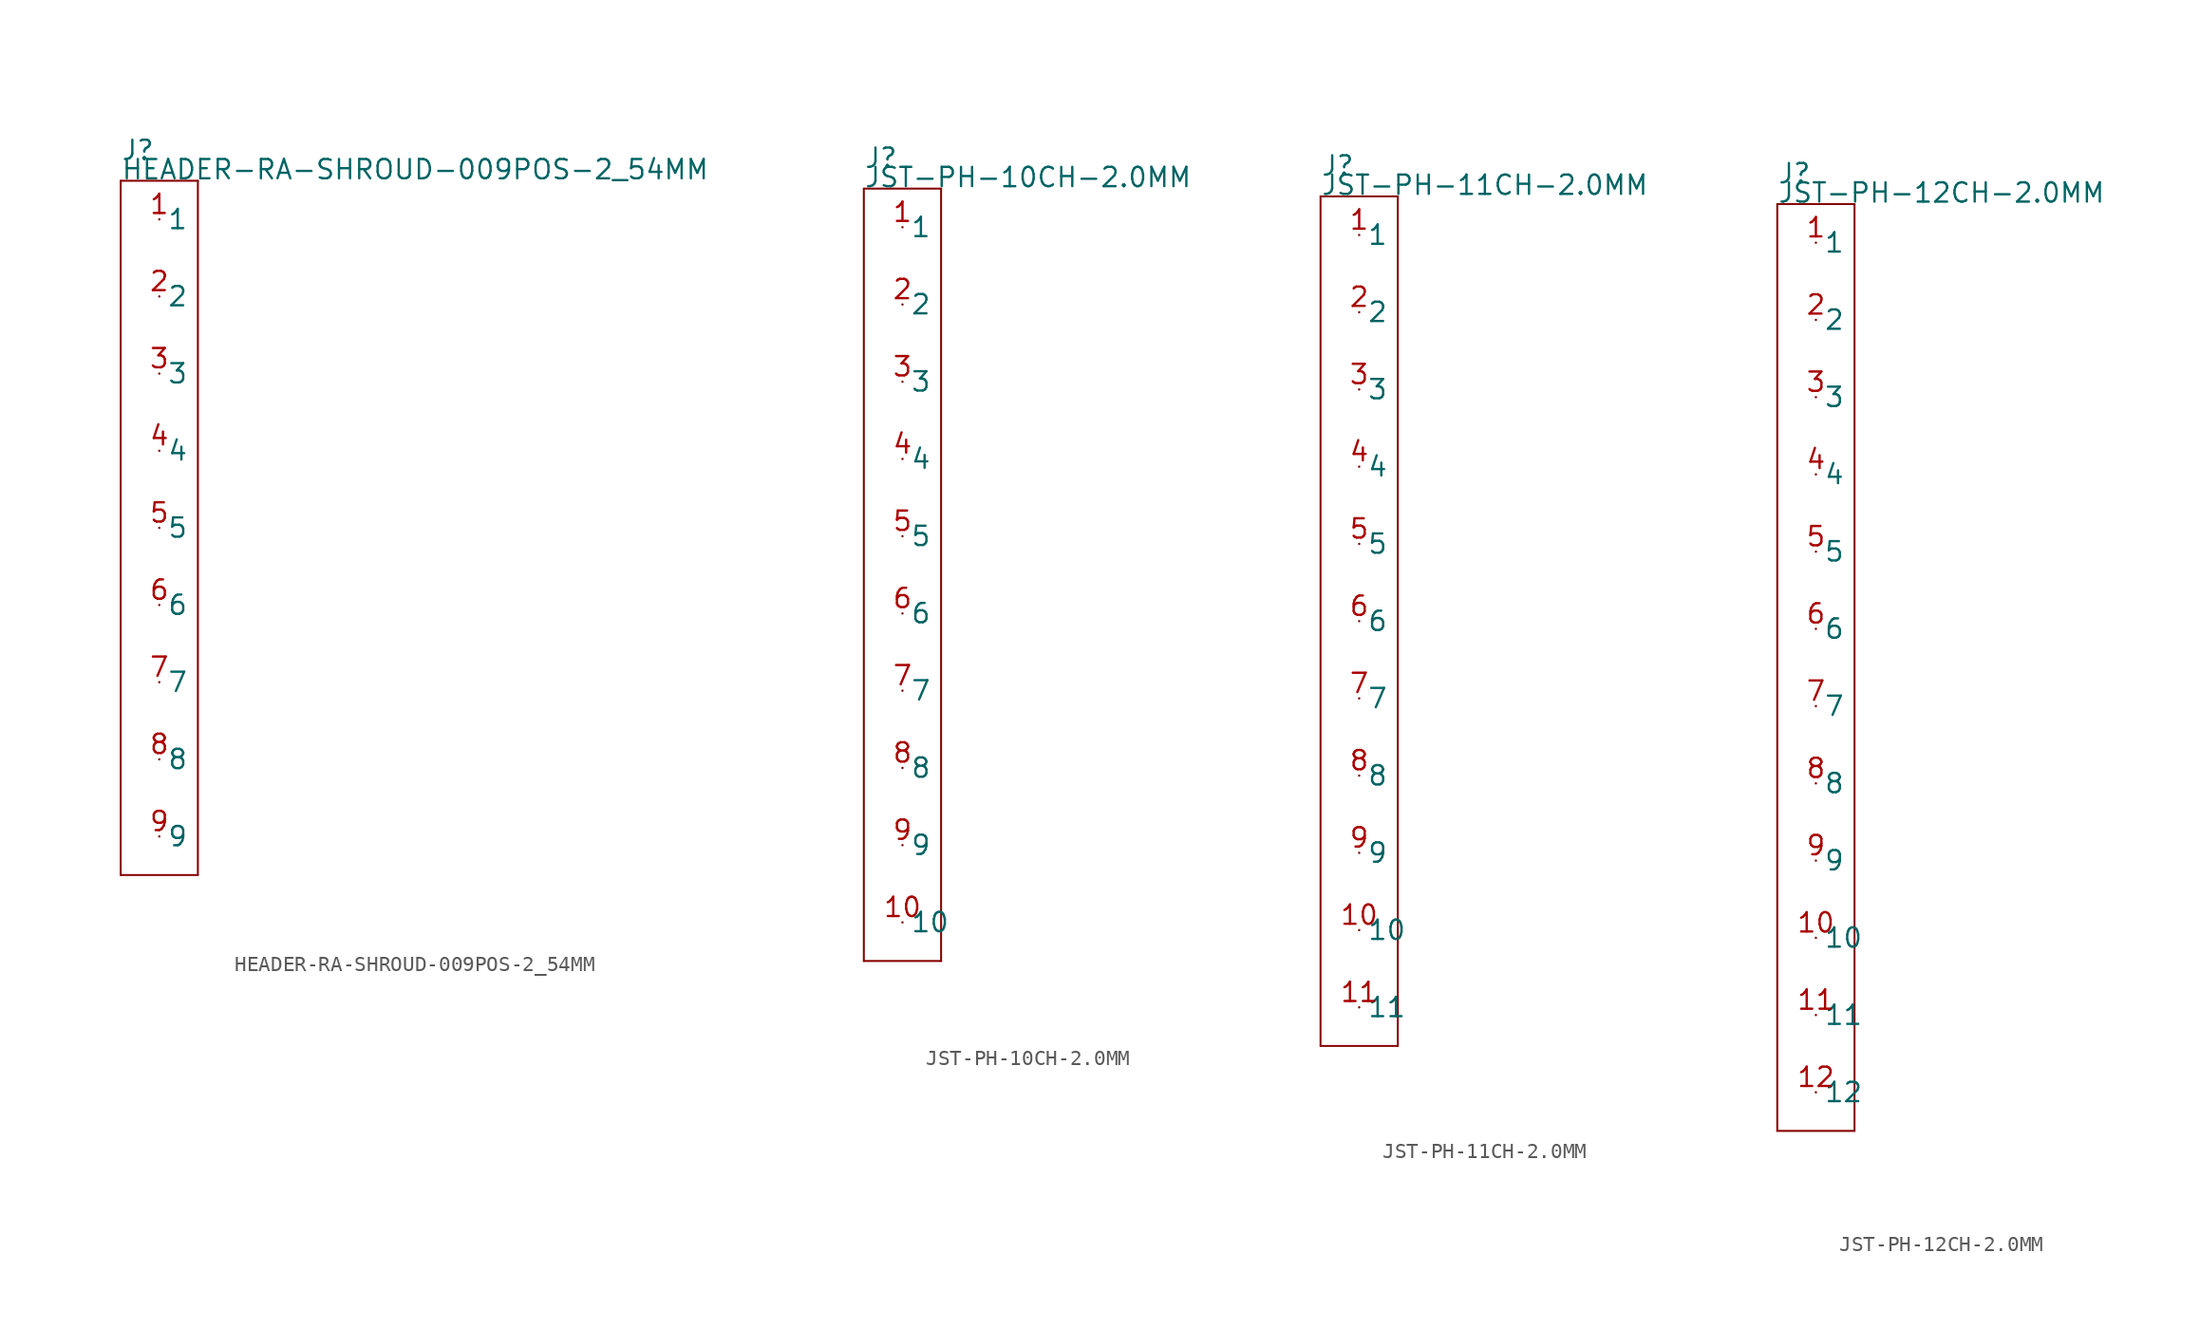
<source format=kicad_sym>
(kicad_symbol_lib
  (version 20211014)
  (generator kicad_symbol_editor)
  (symbol "HEADER-RA-SHROUD-009POS-2_54MM"
    (pin_names)
    (property "Reference" "J"
      (at -2.54 24.13 0)
      (effects (font (size 1.27 1.27)) (justify left bottom)))
    (property "Value" "HEADER-RA-SHROUD-009POS-2_54MM"
      (at -2.54 22.86 0)
      (effects (font (size 1.27 1.27)) (justify left bottom)))
    (property "Datasheet" ""
      (at 0 0 0))
    (property "ki_description" "Header RA Shroud 9POS  - Header Right Angle with Shroud 9POS 2.54MM Technical Specifications: Pitch: 0.1\" (2.54mm) "
      (at 0 0 0))
    (property "ki_fp_filters" "FlashPCB_Connectors:HEADER-RA-SHROUD-009POS-THT-2_54MM FlashPCB_Connectors:HEADER-RA-SHROUD-009POS-THT-LONG-2_54MM"
      (at 0 0 0))
    (symbol "HEADER-RA-SHROUD-009POS-2_54MM_1_1"
      (polyline (pts (xy -2.54 22.86) (xy 2.54 22.86)) (stroke (width 0.127)) (fill (type none)))
      (polyline (pts (xy 2.54 22.86) (xy 2.54 -22.86)) (stroke (width 0.127)) (fill (type none)))
      (polyline (pts (xy 2.54 -22.86) (xy -2.54 -22.86)) (stroke (width 0.127)) (fill (type none)))
      (polyline (pts (xy -2.54 -22.86) (xy -2.54 22.86)) (stroke (width 0.127)) (fill (type none)))
      (pin bidirectional line (at 0 20.32 0) (length 0) (name "1" (effects (font (size 1.27 1.27)))) (number "1" (effects (font (size 1.27 1.27)))))
      (pin bidirectional line (at 0 15.24 0) (length 0) (name "2" (effects (font (size 1.27 1.27)))) (number "2" (effects (font (size 1.27 1.27)))))
      (pin bidirectional line (at 0 10.16 0) (length 0) (name "3" (effects (font (size 1.27 1.27)))) (number "3" (effects (font (size 1.27 1.27)))))
      (pin bidirectional line (at 0 5.08 0) (length 0) (name "4" (effects (font (size 1.27 1.27)))) (number "4" (effects (font (size 1.27 1.27)))))
      (pin bidirectional line (at 0 0 0) (length 0) (name "5" (effects (font (size 1.27 1.27)))) (number "5" (effects (font (size 1.27 1.27)))))
      (pin bidirectional line (at 0 -5.08 0) (length 0) (name "6" (effects (font (size 1.27 1.27)))) (number "6" (effects (font (size 1.27 1.27)))))
      (pin bidirectional line (at 0 -10.16 0) (length 0) (name "7" (effects (font (size 1.27 1.27)))) (number "7" (effects (font (size 1.27 1.27)))))
      (pin bidirectional line (at 0 -15.24 0) (length 0) (name "8" (effects (font (size 1.27 1.27)))) (number "8" (effects (font (size 1.27 1.27)))))
      (pin bidirectional line (at 0 -20.32 0) (length 0) (name "9" (effects (font (size 1.27 1.27)))) (number "9" (effects (font (size 1.27 1.27)))))))
  (symbol "JST-PH-10CH-2.0MM"
    (pin_names)
    (property "Reference" "J"
      (at -2.54 26.67 0)
      (effects (font (size 1.27 1.27)) (justify left bottom)))
    (property "Value" "JST-PH-10CH-2.0MM"
      (at -2.54 25.4 0)
      (effects (font (size 1.27 1.27)) (justify left bottom)))
    (property "Datasheet" ""
      (at 0 0 0))
    (property "ki_description" " JST 1x10  - Through Hole JST 10POS 2.0MM Technical Specifications: Pitch: 2.0mm "
      (at 0 0 0))
    (property "ki_fp_filters" "FlashPCB_Connectors:JST-B10B-PH-K-THT-VERT-10CH-2.0MM FlashPCB_Connectors:JST-B10B-PH-K-THT-VERT-10CH-2.0MM-NOSILK FlashPCB_Connectors:JST-S10B-PH-K-THT-RA-10CH-2.0MM FlashPCB_Connectors:JST-S10B-PH-K-THT-RA-10CH-2.0MM-NOSILK FlashPCB_Connectors:JST-B10B-PH-K-THT-VERT-10CH-2.0MM-LONG FlashPCB_Connectors:JST-B10B-PH-K-THT-VERT-10CH-2.0MM-LONG-NOSILK FlashPCB_Connectors:JST-S10B-PH-K-THT-RA-10CH-2.0MM-LONG FlashPCB_Connectors:JST-S10B-PH-K-THT-RA-10CH-2.0MM-LONG-NOSILK FlashPCB_Connectors:JST-S10B-PH-SM4-TB-SMT4-RA-10CH-2.0MM FlashPCB_Connectors:JST-S10B-PH-SM4-TB-SMT4-RA-10CH-2.0MM-NOSILK FlashPCB_Connectors:JST-B10B-PH-SM4-TB-SMT-VERT-10CH-2.0MM FlashPCB_Connectors:JST-B10B-PH-SM4-TB-SMT-VERT-10CH-2.0MM-NOSILK"
      (at 0 0 0))
    (symbol "JST-PH-10CH-2.0MM_1_1"
      (polyline (pts (xy -2.54 25.4) (xy 2.54 25.4)) (stroke (width 0.127)) (fill (type none)))
      (polyline (pts (xy 2.54 25.4) (xy 2.54 -25.4)) (stroke (width 0.127)) (fill (type none)))
      (polyline (pts (xy 2.54 -25.4) (xy -2.54 -25.4)) (stroke (width 0.127)) (fill (type none)))
      (polyline (pts (xy -2.54 -25.4) (xy -2.54 25.4)) (stroke (width 0.127)) (fill (type none)))
      (pin bidirectional line (at 0 22.86 0) (length 0) (name "1" (effects (font (size 1.27 1.27)))) (number "1" (effects (font (size 1.27 1.27)))))
      (pin bidirectional line (at 0 17.78 0) (length 0) (name "2" (effects (font (size 1.27 1.27)))) (number "2" (effects (font (size 1.27 1.27)))))
      (pin bidirectional line (at 0 12.7 0) (length 0) (name "3" (effects (font (size 1.27 1.27)))) (number "3" (effects (font (size 1.27 1.27)))))
      (pin bidirectional line (at 0 7.62 0) (length 0) (name "4" (effects (font (size 1.27 1.27)))) (number "4" (effects (font (size 1.27 1.27)))))
      (pin bidirectional line (at 0 2.54 0) (length 0) (name "5" (effects (font (size 1.27 1.27)))) (number "5" (effects (font (size 1.27 1.27)))))
      (pin bidirectional line (at 0 -2.54 0) (length 0) (name "6" (effects (font (size 1.27 1.27)))) (number "6" (effects (font (size 1.27 1.27)))))
      (pin bidirectional line (at 0 -7.62 0) (length 0) (name "7" (effects (font (size 1.27 1.27)))) (number "7" (effects (font (size 1.27 1.27)))))
      (pin bidirectional line (at 0 -12.7 0) (length 0) (name "8" (effects (font (size 1.27 1.27)))) (number "8" (effects (font (size 1.27 1.27)))))
      (pin bidirectional line (at 0 -17.78 0) (length 0) (name "9" (effects (font (size 1.27 1.27)))) (number "9" (effects (font (size 1.27 1.27)))))
      (pin bidirectional line (at 0 -22.86 0) (length 0) (name "10" (effects (font (size 1.27 1.27)))) (number "10" (effects (font (size 1.27 1.27)))))))
  (symbol "JST-PH-11CH-2.0MM"
    (pin_names)
    (property "Reference" "J"
      (at -2.54 29.21 0)
      (effects (font (size 1.27 1.27)) (justify left bottom)))
    (property "Value" "JST-PH-11CH-2.0MM"
      (at -2.54 27.94 0)
      (effects (font (size 1.27 1.27)) (justify left bottom)))
    (property "Datasheet" ""
      (at 0 0 0))
    (property "ki_description" " JST 1x11  - Through Hole JST 11POS 2.0MM Technical Specifications: Pitch: 2.0mm "
      (at 0 0 0))
    (property "ki_fp_filters" "FlashPCB_Connectors:JST-B11B-PH-K-THT-VERT-11CH-2.0MM FlashPCB_Connectors:JST-B11B-PH-K-THT-VERT-11CH-2.0MM-NOSILK FlashPCB_Connectors:JST-S11B-PH-K-THT-RA-11CH-2.0MM FlashPCB_Connectors:JST-S11B-PH-K-THT-RA-11CH-2.0MM-NOSILK FlashPCB_Connectors:JST-B11B-PH-K-THT-VERT-11CH-2.0MM-LONG FlashPCB_Connectors:JST-B11B-PH-K-THT-VERT-11CH-2.0MM-LONG-NOSILK FlashPCB_Connectors:JST-S11B-PH-K-THT-RA-11CH-2.0MM-LONG FlashPCB_Connectors:JST-S11B-PH-K-THT-RA-11CH-2.0MM-LONG-NOSILK FlashPCB_Connectors:JST-S11B-PH-SM4-TB-SMT4-RA-11CH-2.0MM FlashPCB_Connectors:JST-S11B-PH-SM4-TB-SMT4-RA-11CH-2.0MM-NOSILK FlashPCB_Connectors:JST-B11B-PH-SM4-TB-SMT-VERT-11CH-2.0MM FlashPCB_Connectors:JST-B11B-PH-SM4-TB-SMT-VERT-11CH-2.0MM-NOSILK"
      (at 0 0 0))
    (symbol "JST-PH-11CH-2.0MM_1_1"
      (polyline (pts (xy -2.54 27.94) (xy 2.54 27.94)) (stroke (width 0.127)) (fill (type none)))
      (polyline (pts (xy 2.54 27.94) (xy 2.54 -27.94)) (stroke (width 0.127)) (fill (type none)))
      (polyline (pts (xy 2.54 -27.94) (xy -2.54 -27.94)) (stroke (width 0.127)) (fill (type none)))
      (polyline (pts (xy -2.54 -27.94) (xy -2.54 27.94)) (stroke (width 0.127)) (fill (type none)))
      (pin bidirectional line (at 0 25.4 0) (length 0) (name "1" (effects (font (size 1.27 1.27)))) (number "1" (effects (font (size 1.27 1.27)))))
      (pin bidirectional line (at 0 20.32 0) (length 0) (name "2" (effects (font (size 1.27 1.27)))) (number "2" (effects (font (size 1.27 1.27)))))
      (pin bidirectional line (at 0 15.24 0) (length 0) (name "3" (effects (font (size 1.27 1.27)))) (number "3" (effects (font (size 1.27 1.27)))))
      (pin bidirectional line (at 0 10.16 0) (length 0) (name "4" (effects (font (size 1.27 1.27)))) (number "4" (effects (font (size 1.27 1.27)))))
      (pin bidirectional line (at 0 5.08 0) (length 0) (name "5" (effects (font (size 1.27 1.27)))) (number "5" (effects (font (size 1.27 1.27)))))
      (pin bidirectional line (at 0 0 0) (length 0) (name "6" (effects (font (size 1.27 1.27)))) (number "6" (effects (font (size 1.27 1.27)))))
      (pin bidirectional line (at 0 -5.08 0) (length 0) (name "7" (effects (font (size 1.27 1.27)))) (number "7" (effects (font (size 1.27 1.27)))))
      (pin bidirectional line (at 0 -10.16 0) (length 0) (name "8" (effects (font (size 1.27 1.27)))) (number "8" (effects (font (size 1.27 1.27)))))
      (pin bidirectional line (at 0 -15.24 0) (length 0) (name "9" (effects (font (size 1.27 1.27)))) (number "9" (effects (font (size 1.27 1.27)))))
      (pin bidirectional line (at 0 -20.32 0) (length 0) (name "10" (effects (font (size 1.27 1.27)))) (number "10" (effects (font (size 1.27 1.27)))))
      (pin bidirectional line (at 0 -25.4 0) (length 0) (name "11" (effects (font (size 1.27 1.27)))) (number "11" (effects (font (size 1.27 1.27)))))))
  (symbol "JST-PH-12CH-2.0MM"
    (pin_names)
    (property "Reference" "J"
      (at -2.54 31.75 0)
      (effects (font (size 1.27 1.27)) (justify left bottom)))
    (property "Value" "JST-PH-12CH-2.0MM"
      (at -2.54 30.48 0)
      (effects (font (size 1.27 1.27)) (justify left bottom)))
    (property "Datasheet" ""
      (at 0 0 0))
    (property "ki_description" " JST 1x12  - Through Hole JST 12POS 2.0MM Technical Specifications: Pitch: 2.0mm "
      (at 0 0 0))
    (property "ki_fp_filters" "FlashPCB_Connectors:JST-B12B-PH-K-THT-VERT-12CH-2.0MM FlashPCB_Connectors:JST-B12B-PH-K-THT-VERT-12CH-2.0MM-NOSILK FlashPCB_Connectors:JST-S12B-PH-K-THT-RA-12CH-2.0MM FlashPCB_Connectors:JST-S12B-PH-K-THT-RA-12CH-2.0MM-NOSILK FlashPCB_Connectors:JST-B12B-PH-K-THT-VERT-12CH-2.0MM-LONG FlashPCB_Connectors:JST-B12B-PH-K-THT-VERT-12CH-2.0MM-LONG-NOSILK FlashPCB_Connectors:JST-S12B-PH-K-THT-RA-12CH-2.0MM-LONG FlashPCB_Connectors:JST-S12B-PH-K-THT-RA-12CH-2.0MM-LONG-NOSILK FlashPCB_Connectors:JST-S12B-PH-SM4-TB-SMT4-RA-12CH-2.0MM FlashPCB_Connectors:JST-S12B-PH-SM4-TB-SMT4-RA-12CH-2.0MM-NOSILK FlashPCB_Connectors:JST-B12B-PH-SM4-TB-SMT-VERT-12CH-2.0MM FlashPCB_Connectors:JST-B12B-PH-SM4-TB-SMT-VERT-12CH-2.0MM-NOSILK"
      (at 0 0 0))
    (symbol "JST-PH-12CH-2.0MM_1_1"
      (polyline (pts (xy -2.54 30.48) (xy 2.54 30.48)) (stroke (width 0.127)) (fill (type none)))
      (polyline (pts (xy 2.54 30.48) (xy 2.54 -30.48)) (stroke (width 0.127)) (fill (type none)))
      (polyline (pts (xy 2.54 -30.48) (xy -2.54 -30.48)) (stroke (width 0.127)) (fill (type none)))
      (polyline (pts (xy -2.54 -30.48) (xy -2.54 30.48)) (stroke (width 0.127)) (fill (type none)))
      (pin bidirectional line (at 0 27.94 0) (length 0) (name "1" (effects (font (size 1.27 1.27)))) (number "1" (effects (font (size 1.27 1.27)))))
      (pin bidirectional line (at 0 22.86 0) (length 0) (name "2" (effects (font (size 1.27 1.27)))) (number "2" (effects (font (size 1.27 1.27)))))
      (pin bidirectional line (at 0 17.78 0) (length 0) (name "3" (effects (font (size 1.27 1.27)))) (number "3" (effects (font (size 1.27 1.27)))))
      (pin bidirectional line (at 0 12.7 0) (length 0) (name "4" (effects (font (size 1.27 1.27)))) (number "4" (effects (font (size 1.27 1.27)))))
      (pin bidirectional line (at 0 7.62 0) (length 0) (name "5" (effects (font (size 1.27 1.27)))) (number "5" (effects (font (size 1.27 1.27)))))
      (pin bidirectional line (at 0 2.54 0) (length 0) (name "6" (effects (font (size 1.27 1.27)))) (number "6" (effects (font (size 1.27 1.27)))))
      (pin bidirectional line (at 0 -2.54 0) (length 0) (name "7" (effects (font (size 1.27 1.27)))) (number "7" (effects (font (size 1.27 1.27)))))
      (pin bidirectional line (at 0 -7.62 0) (length 0) (name "8" (effects (font (size 1.27 1.27)))) (number "8" (effects (font (size 1.27 1.27)))))
      (pin bidirectional line (at 0 -12.7 0) (length 0) (name "9" (effects (font (size 1.27 1.27)))) (number "9" (effects (font (size 1.27 1.27)))))
      (pin bidirectional line (at 0 -17.78 0) (length 0) (name "10" (effects (font (size 1.27 1.27)))) (number "10" (effects (font (size 1.27 1.27)))))
      (pin bidirectional line (at 0 -22.86 0) (length 0) (name "11" (effects (font (size 1.27 1.27)))) (number "11" (effects (font (size 1.27 1.27)))))
      (pin bidirectional line (at 0 -27.94 0) (length 0) (name "12" (effects (font (size 1.27 1.27)))) (number "12" (effects (font (size 1.27 1.27))))))))
</source>
